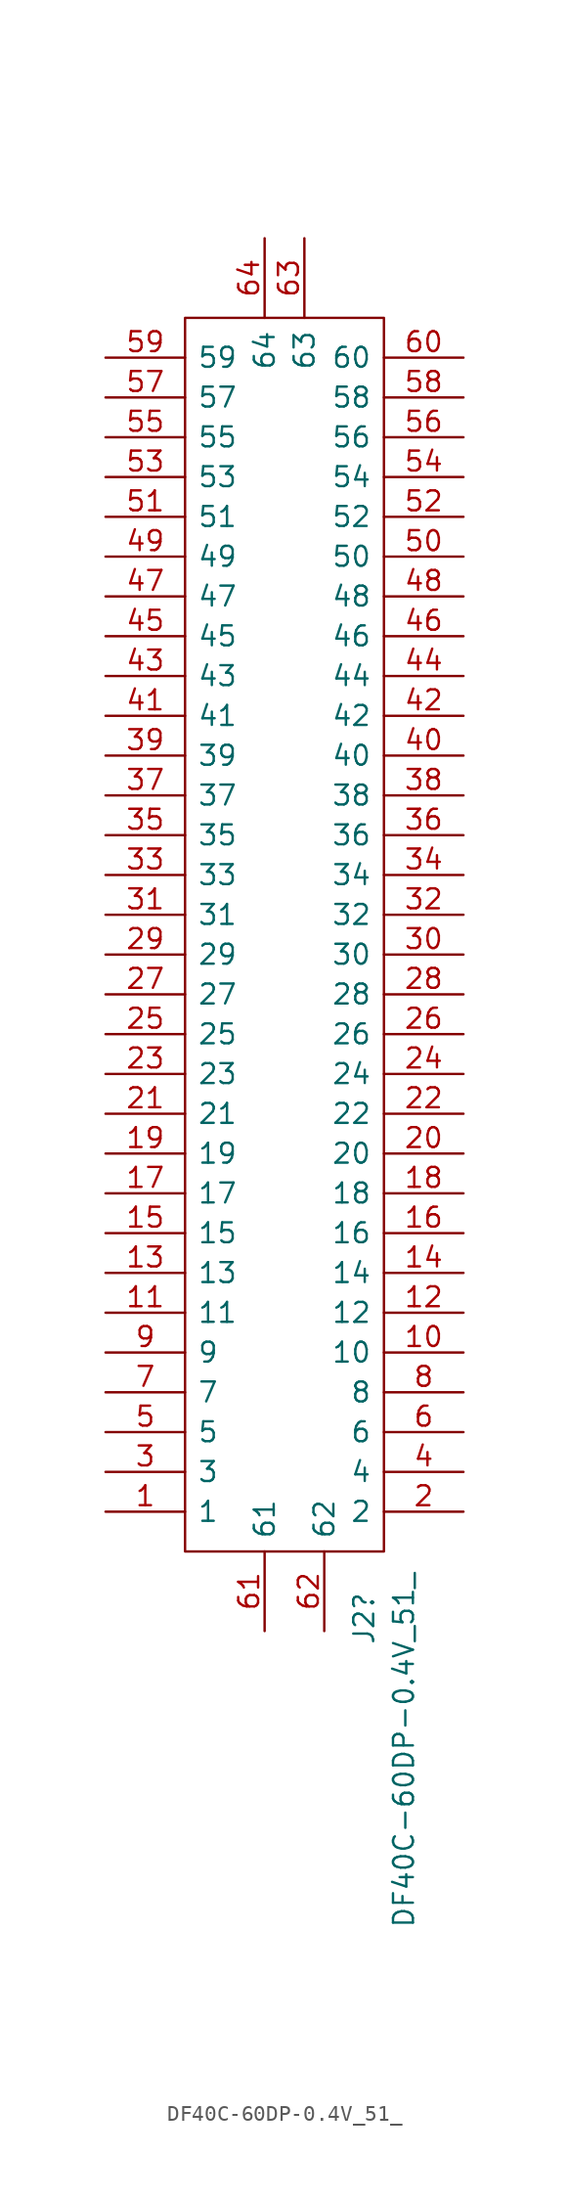
<source format=kicad_sym>
(kicad_symbol_lib
  (version 20220914)
  (generator kicad_symbol_editor)
  (symbol "DF40C-60DP-0.4V_51_"
    (pin_names
      (offset 0.762))
    (property "Reference" "J2"
      (at 16.51 -78.74 90)
      (effects (font (size 1.27 1.27)) (justify right)))
    (property "Value" "DF40C-60DP-0.4V_51_"
      (at 19.05 -77.47 90)
      (effects (font (size 1.27 1.27)) (justify right)))
    (symbol "DF40C-60DP-0.4V_51__0_1"
      (polyline (pts (xy 5.08 2.54) (xy 17.78 2.54) (xy 17.78 -76.2) (xy 5.08 -76.2) (xy 5.08 2.54)) (stroke (width 0.152) (type solid)) (fill (type none))))
    (symbol "DF40C-60DP-0.4V_51__1_0"
      (pin passive line (at 0 -73.66 0) (length 5.08) (name "1" (effects (font (size 1.27 1.27)))) (number "1" (effects (font (size 1.27 1.27)))))
      (pin passive line (at 22.86 -63.5 180) (length 5.08) (name "10" (effects (font (size 1.27 1.27)))) (number "10" (effects (font (size 1.27 1.27)))))
      (pin passive line (at 0 -60.96 0) (length 5.08) (name "11" (effects (font (size 1.27 1.27)))) (number "11" (effects (font (size 1.27 1.27)))))
      (pin passive line (at 22.86 -60.96 180) (length 5.08) (name "12" (effects (font (size 1.27 1.27)))) (number "12" (effects (font (size 1.27 1.27)))))
      (pin passive line (at 0 -58.42 0) (length 5.08) (name "13" (effects (font (size 1.27 1.27)))) (number "13" (effects (font (size 1.27 1.27)))))
      (pin passive line (at 22.86 -58.42 180) (length 5.08) (name "14" (effects (font (size 1.27 1.27)))) (number "14" (effects (font (size 1.27 1.27)))))
      (pin passive line (at 0 -55.88 0) (length 5.08) (name "15" (effects (font (size 1.27 1.27)))) (number "15" (effects (font (size 1.27 1.27)))))
      (pin passive line (at 22.86 -55.88 180) (length 5.08) (name "16" (effects (font (size 1.27 1.27)))) (number "16" (effects (font (size 1.27 1.27)))))
      (pin passive line (at 0 -53.34 0) (length 5.08) (name "17" (effects (font (size 1.27 1.27)))) (number "17" (effects (font (size 1.27 1.27)))))
      (pin passive line (at 22.86 -53.34 180) (length 5.08) (name "18" (effects (font (size 1.27 1.27)))) (number "18" (effects (font (size 1.27 1.27)))))
      (pin passive line (at 0 -50.8 0) (length 5.08) (name "19" (effects (font (size 1.27 1.27)))) (number "19" (effects (font (size 1.27 1.27)))))
      (pin passive line (at 22.86 -73.66 180) (length 5.08) (name "2" (effects (font (size 1.27 1.27)))) (number "2" (effects (font (size 1.27 1.27)))))
      (pin passive line (at 22.86 -50.8 180) (length 5.08) (name "20" (effects (font (size 1.27 1.27)))) (number "20" (effects (font (size 1.27 1.27)))))
      (pin passive line (at 0 -48.26 0) (length 5.08) (name "21" (effects (font (size 1.27 1.27)))) (number "21" (effects (font (size 1.27 1.27)))))
      (pin passive line (at 22.86 -48.26 180) (length 5.08) (name "22" (effects (font (size 1.27 1.27)))) (number "22" (effects (font (size 1.27 1.27)))))
      (pin passive line (at 0 -45.72 0) (length 5.08) (name "23" (effects (font (size 1.27 1.27)))) (number "23" (effects (font (size 1.27 1.27)))))
      (pin passive line (at 22.86 -45.72 180) (length 5.08) (name "24" (effects (font (size 1.27 1.27)))) (number "24" (effects (font (size 1.27 1.27)))))
      (pin passive line (at 0 -43.18 0) (length 5.08) (name "25" (effects (font (size 1.27 1.27)))) (number "25" (effects (font (size 1.27 1.27)))))
      (pin passive line (at 22.86 -43.18 180) (length 5.08) (name "26" (effects (font (size 1.27 1.27)))) (number "26" (effects (font (size 1.27 1.27)))))
      (pin passive line (at 0 -40.64 0) (length 5.08) (name "27" (effects (font (size 1.27 1.27)))) (number "27" (effects (font (size 1.27 1.27)))))
      (pin passive line (at 22.86 -40.64 180) (length 5.08) (name "28" (effects (font (size 1.27 1.27)))) (number "28" (effects (font (size 1.27 1.27)))))
      (pin passive line (at 0 -38.1 0) (length 5.08) (name "29" (effects (font (size 1.27 1.27)))) (number "29" (effects (font (size 1.27 1.27)))))
      (pin passive line (at 0 -71.12 0) (length 5.08) (name "3" (effects (font (size 1.27 1.27)))) (number "3" (effects (font (size 1.27 1.27)))))
      (pin passive line (at 22.86 -38.1 180) (length 5.08) (name "30" (effects (font (size 1.27 1.27)))) (number "30" (effects (font (size 1.27 1.27)))))
      (pin passive line (at 0 -35.56 0) (length 5.08) (name "31" (effects (font (size 1.27 1.27)))) (number "31" (effects (font (size 1.27 1.27)))))
      (pin passive line (at 22.86 -35.56 180) (length 5.08) (name "32" (effects (font (size 1.27 1.27)))) (number "32" (effects (font (size 1.27 1.27)))))
      (pin passive line (at 0 -33.02 0) (length 5.08) (name "33" (effects (font (size 1.27 1.27)))) (number "33" (effects (font (size 1.27 1.27)))))
      (pin passive line (at 22.86 -33.02 180) (length 5.08) (name "34" (effects (font (size 1.27 1.27)))) (number "34" (effects (font (size 1.27 1.27)))))
      (pin passive line (at 0 -30.48 0) (length 5.08) (name "35" (effects (font (size 1.27 1.27)))) (number "35" (effects (font (size 1.27 1.27)))))
      (pin passive line (at 22.86 -30.48 180) (length 5.08) (name "36" (effects (font (size 1.27 1.27)))) (number "36" (effects (font (size 1.27 1.27)))))
      (pin passive line (at 0 -27.94 0) (length 5.08) (name "37" (effects (font (size 1.27 1.27)))) (number "37" (effects (font (size 1.27 1.27)))))
      (pin passive line (at 22.86 -27.94 180) (length 5.08) (name "38" (effects (font (size 1.27 1.27)))) (number "38" (effects (font (size 1.27 1.27)))))
      (pin passive line (at 0 -25.4 0) (length 5.08) (name "39" (effects (font (size 1.27 1.27)))) (number "39" (effects (font (size 1.27 1.27)))))
      (pin passive line (at 22.86 -71.12 180) (length 5.08) (name "4" (effects (font (size 1.27 1.27)))) (number "4" (effects (font (size 1.27 1.27)))))
      (pin passive line (at 22.86 -25.4 180) (length 5.08) (name "40" (effects (font (size 1.27 1.27)))) (number "40" (effects (font (size 1.27 1.27)))))
      (pin passive line (at 0 -22.86 0) (length 5.08) (name "41" (effects (font (size 1.27 1.27)))) (number "41" (effects (font (size 1.27 1.27)))))
      (pin passive line (at 22.86 -22.86 180) (length 5.08) (name "42" (effects (font (size 1.27 1.27)))) (number "42" (effects (font (size 1.27 1.27)))))
      (pin passive line (at 0 -20.32 0) (length 5.08) (name "43" (effects (font (size 1.27 1.27)))) (number "43" (effects (font (size 1.27 1.27)))))
      (pin passive line (at 22.86 -20.32 180) (length 5.08) (name "44" (effects (font (size 1.27 1.27)))) (number "44" (effects (font (size 1.27 1.27)))))
      (pin passive line (at 0 -17.78 0) (length 5.08) (name "45" (effects (font (size 1.27 1.27)))) (number "45" (effects (font (size 1.27 1.27)))))
      (pin passive line (at 22.86 -17.78 180) (length 5.08) (name "46" (effects (font (size 1.27 1.27)))) (number "46" (effects (font (size 1.27 1.27)))))
      (pin passive line (at 0 -15.24 0) (length 5.08) (name "47" (effects (font (size 1.27 1.27)))) (number "47" (effects (font (size 1.27 1.27)))))
      (pin passive line (at 22.86 -15.24 180) (length 5.08) (name "48" (effects (font (size 1.27 1.27)))) (number "48" (effects (font (size 1.27 1.27)))))
      (pin passive line (at 0 -12.7 0) (length 5.08) (name "49" (effects (font (size 1.27 1.27)))) (number "49" (effects (font (size 1.27 1.27)))))
      (pin passive line (at 0 -68.58 0) (length 5.08) (name "5" (effects (font (size 1.27 1.27)))) (number "5" (effects (font (size 1.27 1.27)))))
      (pin passive line (at 22.86 -12.7 180) (length 5.08) (name "50" (effects (font (size 1.27 1.27)))) (number "50" (effects (font (size 1.27 1.27)))))
      (pin passive line (at 0 -10.16 0) (length 5.08) (name "51" (effects (font (size 1.27 1.27)))) (number "51" (effects (font (size 1.27 1.27)))))
      (pin passive line (at 22.86 -10.16 180) (length 5.08) (name "52" (effects (font (size 1.27 1.27)))) (number "52" (effects (font (size 1.27 1.27)))))
      (pin passive line (at 0 -7.62 0) (length 5.08) (name "53" (effects (font (size 1.27 1.27)))) (number "53" (effects (font (size 1.27 1.27)))))
      (pin passive line (at 22.86 -7.62 180) (length 5.08) (name "54" (effects (font (size 1.27 1.27)))) (number "54" (effects (font (size 1.27 1.27)))))
      (pin passive line (at 0 -5.08 0) (length 5.08) (name "55" (effects (font (size 1.27 1.27)))) (number "55" (effects (font (size 1.27 1.27)))))
      (pin passive line (at 22.86 -5.08 180) (length 5.08) (name "56" (effects (font (size 1.27 1.27)))) (number "56" (effects (font (size 1.27 1.27)))))
      (pin passive line (at 0 -2.54 0) (length 5.08) (name "57" (effects (font (size 1.27 1.27)))) (number "57" (effects (font (size 1.27 1.27)))))
      (pin passive line (at 22.86 -2.54 180) (length 5.08) (name "58" (effects (font (size 1.27 1.27)))) (number "58" (effects (font (size 1.27 1.27)))))
      (pin passive line (at 0 0 0) (length 5.08) (name "59" (effects (font (size 1.27 1.27)))) (number "59" (effects (font (size 1.27 1.27)))))
      (pin passive line (at 22.86 -68.58 180) (length 5.08) (name "6" (effects (font (size 1.27 1.27)))) (number "6" (effects (font (size 1.27 1.27)))))
      (pin passive line (at 22.86 0 180) (length 5.08) (name "60" (effects (font (size 1.27 1.27)))) (number "60" (effects (font (size 1.27 1.27)))))
      (pin passive line (at 10.16 -81.28 90) (length 5.08) (name "61" (effects (font (size 1.27 1.27)))) (number "61" (effects (font (size 1.27 1.27)))))
      (pin passive line (at 13.97 -81.28 90) (length 5.08) (name "62" (effects (font (size 1.27 1.27)))) (number "62" (effects (font (size 1.27 1.27)))))
      (pin passive line (at 12.7 7.62 270) (length 5.08) (name "63" (effects (font (size 1.27 1.27)))) (number "63" (effects (font (size 1.27 1.27)))))
      (pin passive line (at 10.16 7.62 270) (length 5.08) (name "64" (effects (font (size 1.27 1.27)))) (number "64" (effects (font (size 1.27 1.27)))))
      (pin passive line (at 0 -66.04 0) (length 5.08) (name "7" (effects (font (size 1.27 1.27)))) (number "7" (effects (font (size 1.27 1.27)))))
      (pin passive line (at 22.86 -66.04 180) (length 5.08) (name "8" (effects (font (size 1.27 1.27)))) (number "8" (effects (font (size 1.27 1.27)))))
      (pin passive line (at 0 -63.5 0) (length 5.08) (name "9" (effects (font (size 1.27 1.27)))) (number "9" (effects (font (size 1.27 1.27))))))))
</source>
